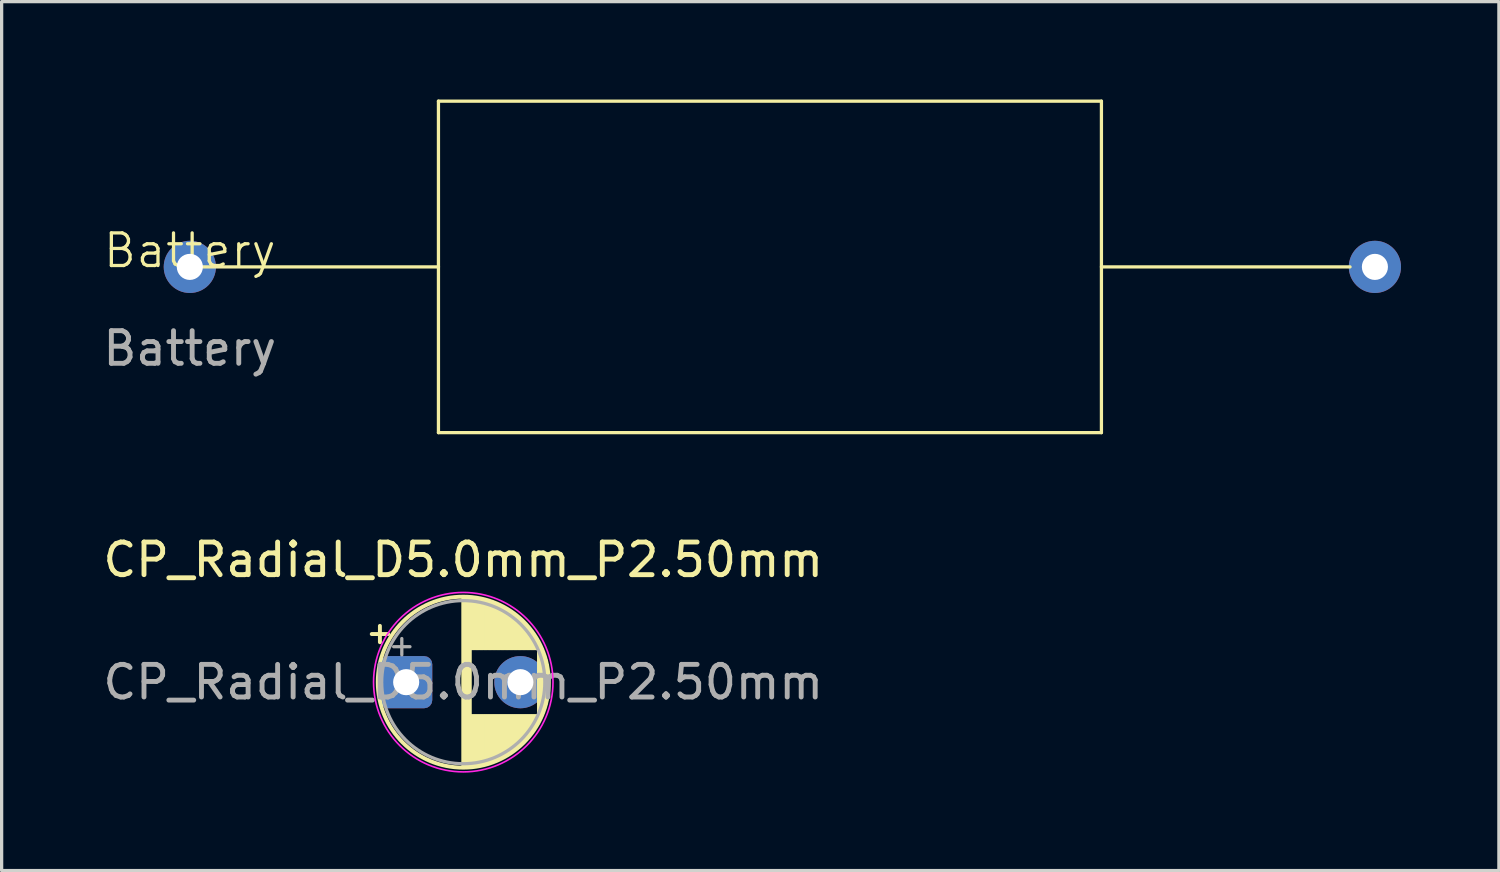
<source format=kicad_pcb>
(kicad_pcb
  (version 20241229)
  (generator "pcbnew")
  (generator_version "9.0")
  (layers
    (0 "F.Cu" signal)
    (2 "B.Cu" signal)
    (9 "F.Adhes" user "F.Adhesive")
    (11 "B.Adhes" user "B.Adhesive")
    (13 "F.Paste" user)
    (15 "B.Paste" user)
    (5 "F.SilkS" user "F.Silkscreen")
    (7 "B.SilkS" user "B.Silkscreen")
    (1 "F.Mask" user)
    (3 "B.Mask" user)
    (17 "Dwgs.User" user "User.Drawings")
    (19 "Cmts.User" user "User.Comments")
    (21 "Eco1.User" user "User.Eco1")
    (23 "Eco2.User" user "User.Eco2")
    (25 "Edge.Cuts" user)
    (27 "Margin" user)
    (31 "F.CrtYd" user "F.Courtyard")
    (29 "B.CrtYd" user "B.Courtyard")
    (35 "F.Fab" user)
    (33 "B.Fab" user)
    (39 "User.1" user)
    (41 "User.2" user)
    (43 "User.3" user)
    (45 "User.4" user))
  (footprint "CP_Radial_D5.0mm_P2.50mm"
    (layer "F.Cu")
    (at 9.899 17.858)
    (property "Reference" "CP_Radial_D5.0mm_P2.50mm" (at 1.25 -3.75 0) (layer "F.SilkS") (effects (font (size 1 1) (thickness 0.15))))
    (attr through_hole)
    (fp_line (start -1.555 -1.475) (end -1.055 -1.475) (stroke (width 0.12) (type solid)) (layer "F.SilkS"))
    (fp_line (start -1.305 -1.725) (end -1.305 -1.225) (stroke (width 0.12) (type solid)) (layer "F.SilkS"))
    (fp_line (start 1.25 -2.58) (end 1.25 2.58) (stroke (width 0.12) (type solid)) (layer "F.SilkS"))
    (fp_line (start 1.29 -2.58) (end 1.29 2.58) (stroke (width 0.12) (type solid)) (layer "F.SilkS"))
    (fp_line (start 1.33 -2.579) (end 1.33 2.579) (stroke (width 0.12) (type solid)) (layer "F.SilkS"))
    (fp_line (start 1.37 -2.577) (end 1.37 2.577) (stroke (width 0.12) (type solid)) (layer "F.SilkS"))
    (fp_line (start 1.41 -2.575) (end 1.41 2.575) (stroke (width 0.12) (type solid)) (layer "F.SilkS"))
    (fp_line (start 1.45 -2.572) (end 1.45 2.572) (stroke (width 0.12) (type solid)) (layer "F.SilkS"))
    (fp_line (start 1.49 -2.569) (end 1.49 -1.04) (stroke (width 0.12) (type solid)) (layer "F.SilkS"))
    (fp_line (start 1.49 1.04) (end 1.49 2.569) (stroke (width 0.12) (type solid)) (layer "F.SilkS"))
    (fp_line (start 1.53 -2.565) (end 1.53 -1.04) (stroke (width 0.12) (type solid)) (layer "F.SilkS"))
    (fp_line (start 1.53 1.04) (end 1.53 2.565) (stroke (width 0.12) (type solid)) (layer "F.SilkS"))
    (fp_line (start 1.57 -2.56) (end 1.57 -1.04) (stroke (width 0.12) (type solid)) (layer "F.SilkS"))
    (fp_line (start 1.57 1.04) (end 1.57 2.56) (stroke (width 0.12) (type solid)) (layer "F.SilkS"))
    (fp_line (start 1.61 -2.555) (end 1.61 -1.04) (stroke (width 0.12) (type solid)) (layer "F.SilkS"))
    (fp_line (start 1.61 1.04) (end 1.61 2.555) (stroke (width 0.12) (type solid)) (layer "F.SilkS"))
    (fp_line (start 1.65 -2.549) (end 1.65 -1.04) (stroke (width 0.12) (type solid)) (layer "F.SilkS"))
    (fp_line (start 1.65 1.04) (end 1.65 2.549) (stroke (width 0.12) (type solid)) (layer "F.SilkS"))
    (fp_line (start 1.69 -2.543) (end 1.69 -1.04) (stroke (width 0.12) (type solid)) (layer "F.SilkS"))
    (fp_line (start 1.69 1.04) (end 1.69 2.543) (stroke (width 0.12) (type solid)) (layer "F.SilkS"))
    (fp_line (start 1.73 -2.536) (end 1.73 -1.04) (stroke (width 0.12) (type solid)) (layer "F.SilkS"))
    (fp_line (start 1.73 1.04) (end 1.73 2.536) (stroke (width 0.12) (type solid)) (layer "F.SilkS"))
    (fp_line (start 1.77 -2.528) (end 1.77 -1.04) (stroke (width 0.12) (type solid)) (layer "F.SilkS"))
    (fp_line (start 1.77 1.04) (end 1.77 2.528) (stroke (width 0.12) (type solid)) (layer "F.SilkS"))
    (fp_line (start 1.81 -2.519) (end 1.81 -1.04) (stroke (width 0.12) (type solid)) (layer "F.SilkS"))
    (fp_line (start 1.81 1.04) (end 1.81 2.519) (stroke (width 0.12) (type solid)) (layer "F.SilkS"))
    (fp_line (start 1.85 -2.51) (end 1.85 -1.04) (stroke (width 0.12) (type solid)) (layer "F.SilkS"))
    (fp_line (start 1.85 1.04) (end 1.85 2.51) (stroke (width 0.12) (type solid)) (layer "F.SilkS"))
    (fp_line (start 1.89 -2.501) (end 1.89 -1.04) (stroke (width 0.12) (type solid)) (layer "F.SilkS"))
    (fp_line (start 1.89 1.04) (end 1.89 2.501) (stroke (width 0.12) (type solid)) (layer "F.SilkS"))
    (fp_line (start 1.93 -2.49) (end 1.93 -1.04) (stroke (width 0.12) (type solid)) (layer "F.SilkS"))
    (fp_line (start 1.93 1.04) (end 1.93 2.49) (stroke (width 0.12) (type solid)) (layer "F.SilkS"))
    (fp_line (start 1.97 -2.479) (end 1.97 -1.04) (stroke (width 0.12) (type solid)) (layer "F.SilkS"))
    (fp_line (start 1.97 1.04) (end 1.97 2.479) (stroke (width 0.12) (type solid)) (layer "F.SilkS"))
    (fp_line (start 2.01 -2.467) (end 2.01 -1.04) (stroke (width 0.12) (type solid)) (layer "F.SilkS"))
    (fp_line (start 2.01 1.04) (end 2.01 2.467) (stroke (width 0.12) (type solid)) (layer "F.SilkS"))
    (fp_line (start 2.05 -2.455) (end 2.05 -1.04) (stroke (width 0.12) (type solid)) (layer "F.SilkS"))
    (fp_line (start 2.05 1.04) (end 2.05 2.455) (stroke (width 0.12) (type solid)) (layer "F.SilkS"))
    (fp_line (start 2.09 -2.442) (end 2.09 -1.04) (stroke (width 0.12) (type solid)) (layer "F.SilkS"))
    (fp_line (start 2.09 1.04) (end 2.09 2.442) (stroke (width 0.12) (type solid)) (layer "F.SilkS"))
    (fp_line (start 2.13 -2.428) (end 2.13 -1.04) (stroke (width 0.12) (type solid)) (layer "F.SilkS"))
    (fp_line (start 2.13 1.04) (end 2.13 2.428) (stroke (width 0.12) (type solid)) (layer "F.SilkS"))
    (fp_line (start 2.17 -2.413) (end 2.17 -1.04) (stroke (width 0.12) (type solid)) (layer "F.SilkS"))
    (fp_line (start 2.17 1.04) (end 2.17 2.413) (stroke (width 0.12) (type solid)) (layer "F.SilkS"))
    (fp_line (start 2.21 -2.398) (end 2.21 -1.04) (stroke (width 0.12) (type solid)) (layer "F.SilkS"))
    (fp_line (start 2.21 1.04) (end 2.21 2.398) (stroke (width 0.12) (type solid)) (layer "F.SilkS"))
    (fp_line (start 2.25 -2.382) (end 2.25 -1.04) (stroke (width 0.12) (type solid)) (layer "F.SilkS"))
    (fp_line (start 2.25 1.04) (end 2.25 2.382) (stroke (width 0.12) (type solid)) (layer "F.SilkS"))
    (fp_line (start 2.29 -2.365) (end 2.29 -1.04) (stroke (width 0.12) (type solid)) (layer "F.SilkS"))
    (fp_line (start 2.29 1.04) (end 2.29 2.365) (stroke (width 0.12) (type solid)) (layer "F.SilkS"))
    (fp_line (start 2.33 -2.347) (end 2.33 -1.04) (stroke (width 0.12) (type solid)) (layer "F.SilkS"))
    (fp_line (start 2.33 1.04) (end 2.33 2.347) (stroke (width 0.12) (type solid)) (layer "F.SilkS"))
    (fp_line (start 2.37 -2.329) (end 2.37 -1.04) (stroke (width 0.12) (type solid)) (layer "F.SilkS"))
    (fp_line (start 2.37 1.04) (end 2.37 2.329) (stroke (width 0.12) (type solid)) (layer "F.SilkS"))
    (fp_line (start 2.41 -2.309) (end 2.41 -1.04) (stroke (width 0.12) (type solid)) (layer "F.SilkS"))
    (fp_line (start 2.41 1.04) (end 2.41 2.309) (stroke (width 0.12) (type solid)) (layer "F.SilkS"))
    (fp_line (start 2.45 -2.289) (end 2.45 -1.04) (stroke (width 0.12) (type solid)) (layer "F.SilkS"))
    (fp_line (start 2.45 1.04) (end 2.45 2.289) (stroke (width 0.12) (type solid)) (layer "F.SilkS"))
    (fp_line (start 2.49 -2.268) (end 2.49 -1.04) (stroke (width 0.12) (type solid)) (layer "F.SilkS"))
    (fp_line (start 2.49 1.04) (end 2.49 2.268) (stroke (width 0.12) (type solid)) (layer "F.SilkS"))
    (fp_line (start 2.53 -2.246) (end 2.53 -1.04) (stroke (width 0.12) (type solid)) (layer "F.SilkS"))
    (fp_line (start 2.53 1.04) (end 2.53 2.246) (stroke (width 0.12) (type solid)) (layer "F.SilkS"))
    (fp_line (start 2.57 -2.223) (end 2.57 -1.04) (stroke (width 0.12) (type solid)) (layer "F.SilkS"))
    (fp_line (start 2.57 1.04) (end 2.57 2.223) (stroke (width 0.12) (type solid)) (layer "F.SilkS"))
    (fp_line (start 2.61 -2.199) (end 2.61 -1.04) (stroke (width 0.12) (type solid)) (layer "F.SilkS"))
    (fp_line (start 2.61 1.04) (end 2.61 2.199) (stroke (width 0.12) (type solid)) (layer "F.SilkS"))
    (fp_line (start 2.65 -2.175) (end 2.65 -1.04) (stroke (width 0.12) (type solid)) (layer "F.SilkS"))
    (fp_line (start 2.65 1.04) (end 2.65 2.175) (stroke (width 0.12) (type solid)) (layer "F.SilkS"))
    (fp_line (start 2.69 -2.149) (end 2.69 -1.04) (stroke (width 0.12) (type solid)) (layer "F.SilkS"))
    (fp_line (start 2.69 1.04) (end 2.69 2.149) (stroke (width 0.12) (type solid)) (layer "F.SilkS"))
    (fp_line (start 2.73 -2.122) (end 2.73 -1.04) (stroke (width 0.12) (type solid)) (layer "F.SilkS"))
    (fp_line (start 2.73 1.04) (end 2.73 2.122) (stroke (width 0.12) (type solid)) (layer "F.SilkS"))
    (fp_line (start 2.77 -2.094) (end 2.77 -1.04) (stroke (width 0.12) (type solid)) (layer "F.SilkS"))
    (fp_line (start 2.77 1.04) (end 2.77 2.094) (stroke (width 0.12) (type solid)) (layer "F.SilkS"))
    (fp_line (start 2.81 -2.065) (end 2.81 -1.04) (stroke (width 0.12) (type solid)) (layer "F.SilkS"))
    (fp_line (start 2.81 1.04) (end 2.81 2.065) (stroke (width 0.12) (type solid)) (layer "F.SilkS"))
    (fp_line (start 2.85 -2.035) (end 2.85 -1.04) (stroke (width 0.12) (type solid)) (layer "F.SilkS"))
    (fp_line (start 2.85 1.04) (end 2.85 2.035) (stroke (width 0.12) (type solid)) (layer "F.SilkS"))
    (fp_line (start 2.89 -2.003) (end 2.89 -1.04) (stroke (width 0.12) (type solid)) (layer "F.SilkS"))
    (fp_line (start 2.89 1.04) (end 2.89 2.003) (stroke (width 0.12) (type solid)) (layer "F.SilkS"))
    (fp_line (start 2.93 -1.97) (end 2.93 -1.04) (stroke (width 0.12) (type solid)) (layer "F.SilkS"))
    (fp_line (start 2.93 1.04) (end 2.93 1.97) (stroke (width 0.12) (type solid)) (layer "F.SilkS"))
    (fp_line (start 2.97 -1.936) (end 2.97 -1.04) (stroke (width 0.12) (type solid)) (layer "F.SilkS"))
    (fp_line (start 2.97 1.04) (end 2.97 1.936) (stroke (width 0.12) (type solid)) (layer "F.SilkS"))
    (fp_line (start 3.01 -1.901) (end 3.01 -1.04) (stroke (width 0.12) (type solid)) (layer "F.SilkS"))
    (fp_line (start 3.01 1.04) (end 3.01 1.901) (stroke (width 0.12) (type solid)) (layer "F.SilkS"))
    (fp_line (start 3.05 -1.864) (end 3.05 -1.04) (stroke (width 0.12) (type solid)) (layer "F.SilkS"))
    (fp_line (start 3.05 1.04) (end 3.05 1.864) (stroke (width 0.12) (type solid)) (layer "F.SilkS"))
    (fp_line (start 3.09 -1.825) (end 3.09 -1.04) (stroke (width 0.12) (type solid)) (layer "F.SilkS"))
    (fp_line (start 3.09 1.04) (end 3.09 1.825) (stroke (width 0.12) (type solid)) (layer "F.SilkS"))
    (fp_line (start 3.13 -1.785) (end 3.13 -1.04) (stroke (width 0.12) (type solid)) (layer "F.SilkS"))
    (fp_line (start 3.13 1.04) (end 3.13 1.785) (stroke (width 0.12) (type solid)) (layer "F.SilkS"))
    (fp_line (start 3.17 -1.743) (end 3.17 -1.04) (stroke (width 0.12) (type solid)) (layer "F.SilkS"))
    (fp_line (start 3.17 1.04) (end 3.17 1.743) (stroke (width 0.12) (type solid)) (layer "F.SilkS"))
    (fp_line (start 3.21 -1.699) (end 3.21 -1.04) (stroke (width 0.12) (type solid)) (layer "F.SilkS"))
    (fp_line (start 3.21 1.04) (end 3.21 1.699) (stroke (width 0.12) (type solid)) (layer "F.SilkS"))
    (fp_line (start 3.25 -1.652) (end 3.25 -1.04) (stroke (width 0.12) (type solid)) (layer "F.SilkS"))
    (fp_line (start 3.25 1.04) (end 3.25 1.652) (stroke (width 0.12) (type solid)) (layer "F.SilkS"))
    (fp_line (start 3.29 -1.604) (end 3.29 -1.04) (stroke (width 0.12) (type solid)) (layer "F.SilkS"))
    (fp_line (start 3.29 1.04) (end 3.29 1.604) (stroke (width 0.12) (type solid)) (layer "F.SilkS"))
    (fp_line (start 3.33 -1.553) (end 3.33 -1.04) (stroke (width 0.12) (type solid)) (layer "F.SilkS"))
    (fp_line (start 3.33 1.04) (end 3.33 1.553) (stroke (width 0.12) (type solid)) (layer "F.SilkS"))
    (fp_line (start 3.37 -1.499) (end 3.37 -1.04) (stroke (width 0.12) (type solid)) (layer "F.SilkS"))
    (fp_line (start 3.37 1.04) (end 3.37 1.499) (stroke (width 0.12) (type solid)) (layer "F.SilkS"))
    (fp_line (start 3.41 -1.443) (end 3.41 -1.04) (stroke (width 0.12) (type solid)) (layer "F.SilkS"))
    (fp_line (start 3.41 1.04) (end 3.41 1.443) (stroke (width 0.12) (type solid)) (layer "F.SilkS"))
    (fp_line (start 3.45 -1.383) (end 3.45 -1.04) (stroke (width 0.12) (type solid)) (layer "F.SilkS"))
    (fp_line (start 3.45 1.04) (end 3.45 1.383) (stroke (width 0.12) (type solid)) (layer "F.SilkS"))
    (fp_line (start 3.49 -1.319) (end 3.49 -1.04) (stroke (width 0.12) (type solid)) (layer "F.SilkS"))
    (fp_line (start 3.49 1.04) (end 3.49 1.319) (stroke (width 0.12) (type solid)) (layer "F.SilkS"))
    (fp_line (start 3.53 -1.251) (end 3.53 -1.04) (stroke (width 0.12) (type solid)) (layer "F.SilkS"))
    (fp_line (start 3.53 1.04) (end 3.53 1.251) (stroke (width 0.12) (type solid)) (layer "F.SilkS"))
    (fp_line (start 3.57 -1.177) (end 3.57 1.177) (stroke (width 0.12) (type solid)) (layer "F.SilkS"))
    (fp_line (start 3.61 -1.098) (end 3.61 1.098) (stroke (width 0.12) (type solid)) (layer "F.SilkS"))
    (fp_line (start 3.65 -1.011) (end 3.65 1.011) (stroke (width 0.12) (type solid)) (layer "F.SilkS"))
    (fp_line (start 3.69 -0.914) (end 3.69 0.914) (stroke (width 0.12) (type solid)) (layer "F.SilkS"))
    (fp_line (start 3.73 -0.805) (end 3.73 0.805) (stroke (width 0.12) (type solid)) (layer "F.SilkS"))
    (fp_line (start 3.77 -0.677) (end 3.77 0.677) (stroke (width 0.12) (type solid)) (layer "F.SilkS"))
    (fp_line (start 3.81 -0.517) (end 3.81 0.517) (stroke (width 0.12) (type solid)) (layer "F.SilkS"))
    (fp_line (start 3.85 -0.283) (end 3.85 0.283) (stroke (width 0.12) (type solid)) (layer "F.SilkS"))
    (fp_circle (center 1.25 0) (end 3.87 0) (stroke (width 0.12) (type solid)) (fill no) (layer "F.SilkS"))
    (fp_circle (center 1.25 0) (end 4 0) (stroke (width 0.05) (type solid)) (fill no) (layer "F.CrtYd"))
    (fp_line (start -0.884 -1.087) (end -0.384 -1.087) (stroke (width 0.1) (type solid)) (layer "F.Fab"))
    (fp_line (start -0.634 -1.337) (end -0.634 -0.838) (stroke (width 0.1) (type solid)) (layer "F.Fab"))
    (fp_circle (center 1.25 0) (end 3.75 0) (stroke (width 0.1) (type solid)) (fill no) (layer "F.Fab"))
    (fp_text user "${REFERENCE}" (at 1.25 0 0) (layer "F.Fab") (effects (font (size 1 1) (thickness 0.15))))
    (pad "1" thru_hole roundrect (at -0.5 0) (size 1.6 1.6) (drill 0.8) (layers "*.Cu" "*.Mask") (roundrect_rratio 0.156))
    (pad "2" thru_hole circle (at 3 0) (size 1.6 1.6) (drill 0.8) (layers "*.Cu" "*.Mask")))
  (footprint "Battery"
    (layer "F.Cu")
    (at 2.768 5.13)
    (property "Reference" "Battery" (at 0 -0.5 0) (unlocked yes) (layer "F.SilkS") (effects (font (size 1 1) (thickness 0.1))))
    (attr through_hole)
    (fp_line (start 0 0) (end 7.62 0) (stroke (width 0.1) (type default)) (layer "F.SilkS"))
    (fp_line (start 7.62 -5.08) (end 7.62 0) (stroke (width 0.1) (type default)) (layer "F.SilkS"))
    (fp_line (start 7.62 -5.08) (end 27.94 -5.08) (stroke (width 0.1) (type default)) (layer "F.SilkS"))
    (fp_line (start 7.62 0) (end 7.62 5.08) (stroke (width 0.1) (type default)) (layer "F.SilkS"))
    (fp_line (start 7.62 5.08) (end 27.94 5.08) (stroke (width 0.1) (type default)) (layer "F.SilkS"))
    (fp_line (start 27.94 5.08) (end 27.94 -5.08) (stroke (width 0.1) (type default)) (layer "F.SilkS"))
    (fp_line (start 35.56 0) (end 27.94 0) (stroke (width 0.1) (type default)) (layer "F.SilkS"))
    (fp_text user "${REFERENCE}" (at 0 2.5 0) (unlocked yes) (layer "F.Fab") (effects (font (size 1 1) (thickness 0.15))))
    (pad "1" thru_hole circle (at 0 0) (size 1.6 1.6) (drill 0.8) (layers "*.Cu" "*.Mask"))
    (pad "2" thru_hole circle (at 36.322 0) (size 1.6 1.6) (drill 0.8) (layers "*.Cu" "*.Mask")))
  (gr_rect
    (start -3 -3)
    (end 42.89 23.633)
    (stroke (width 0.1) (type default))
    (fill no)
    (layer "Edge.Cuts")))
</source>
